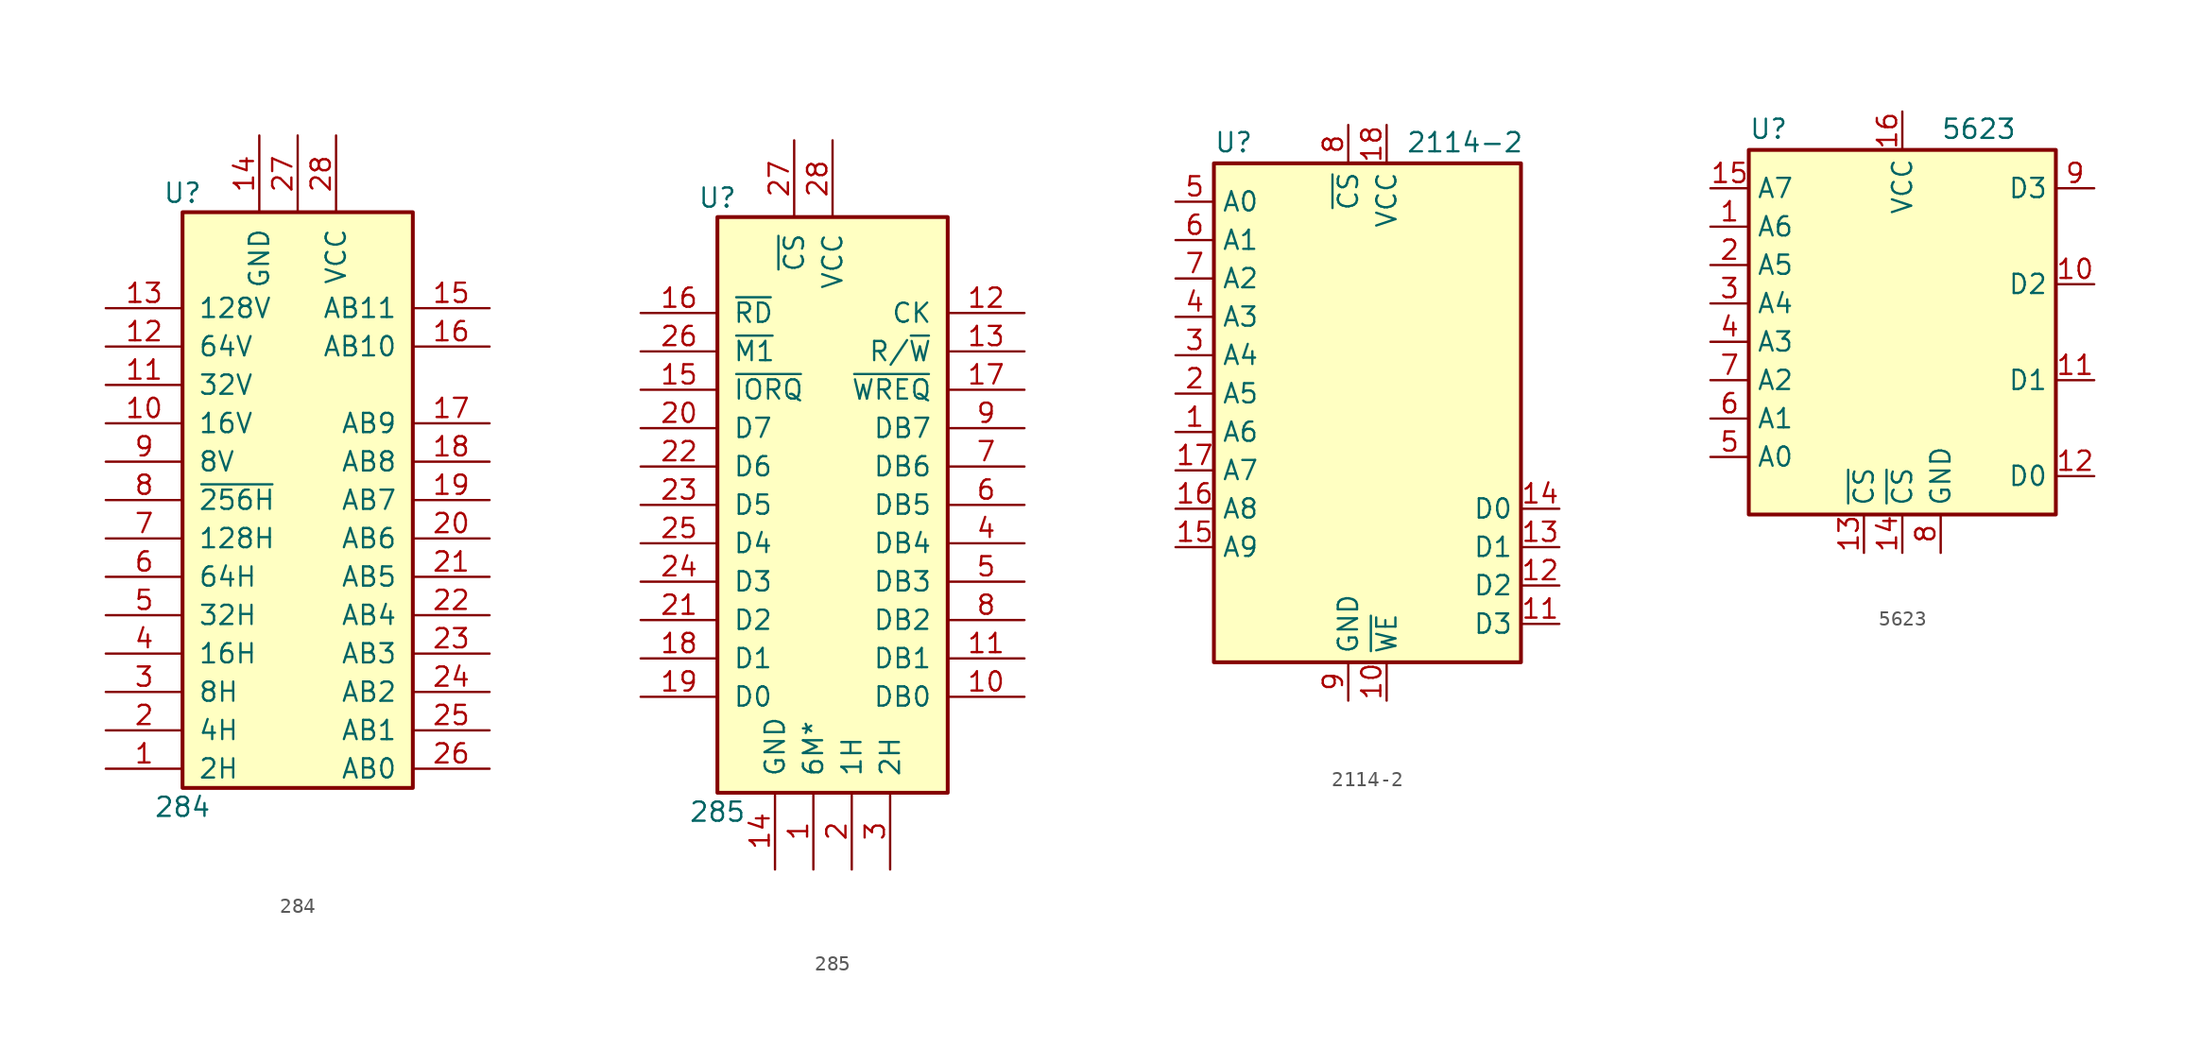
<source format=kicad_sym>
(kicad_symbol_lib
  (version 20231120)
  (generator "kicad_symbol_editor")
  (generator_version "8.0")
  (symbol "284"
    (pin_names
      (offset 1.016))
    (property "Reference" "U"
      (at -7.62 20.32 0)
      (effects (font (size 1.27 1.27))))
    (property "Value" "284"
      (at -7.62 -20.32 0)
      (effects (font (size 1.27 1.27))))
    (symbol "284_1_0"
      (pin bidirectional line (at -12.7 -17.78 0) (length 5.08) (name "2H" (effects (font (size 1.27 1.27)))) (number "1" (effects (font (size 1.27 1.27)))))
      (pin bidirectional line (at -12.7 5.08 0) (length 5.08) (name "16V" (effects (font (size 1.27 1.27)))) (number "10" (effects (font (size 1.27 1.27)))))
      (pin bidirectional line (at -12.7 7.62 0) (length 5.08) (name "32V" (effects (font (size 1.27 1.27)))) (number "11" (effects (font (size 1.27 1.27)))))
      (pin bidirectional line (at -12.7 10.16 0) (length 5.08) (name "64V" (effects (font (size 1.27 1.27)))) (number "12" (effects (font (size 1.27 1.27)))))
      (pin bidirectional line (at -12.7 12.7 0) (length 5.08) (name "128V" (effects (font (size 1.27 1.27)))) (number "13" (effects (font (size 1.27 1.27)))))
      (pin power_in line (at -2.54 24.13 270) (length 5.08) (name "GND" (effects (font (size 1.27 1.27)))) (number "14" (effects (font (size 1.27 1.27)))))
      (pin bidirectional line (at 12.7 12.7 180) (length 5.08) (name "AB11" (effects (font (size 1.27 1.27)))) (number "15" (effects (font (size 1.27 1.27)))))
      (pin bidirectional line (at 12.7 10.16 180) (length 5.08) (name "AB10" (effects (font (size 1.27 1.27)))) (number "16" (effects (font (size 1.27 1.27)))))
      (pin bidirectional line (at 12.7 5.08 180) (length 5.08) (name "AB9" (effects (font (size 1.27 1.27)))) (number "17" (effects (font (size 1.27 1.27)))))
      (pin bidirectional line (at 12.7 2.54 180) (length 5.08) (name "AB8" (effects (font (size 1.27 1.27)))) (number "18" (effects (font (size 1.27 1.27)))))
      (pin bidirectional line (at 12.7 0 180) (length 5.08) (name "AB7" (effects (font (size 1.27 1.27)))) (number "19" (effects (font (size 1.27 1.27)))))
      (pin bidirectional line (at -12.7 -15.24 0) (length 5.08) (name "4H" (effects (font (size 1.27 1.27)))) (number "2" (effects (font (size 1.27 1.27)))))
      (pin bidirectional line (at 12.7 -2.54 180) (length 5.08) (name "AB6" (effects (font (size 1.27 1.27)))) (number "20" (effects (font (size 1.27 1.27)))))
      (pin bidirectional line (at 12.7 -5.08 180) (length 5.08) (name "AB5" (effects (font (size 1.27 1.27)))) (number "21" (effects (font (size 1.27 1.27)))))
      (pin bidirectional line (at 12.7 -7.62 180) (length 5.08) (name "AB4" (effects (font (size 1.27 1.27)))) (number "22" (effects (font (size 1.27 1.27)))))
      (pin bidirectional line (at 12.7 -10.16 180) (length 5.08) (name "AB3" (effects (font (size 1.27 1.27)))) (number "23" (effects (font (size 1.27 1.27)))))
      (pin bidirectional line (at 12.7 -12.7 180) (length 5.08) (name "AB2" (effects (font (size 1.27 1.27)))) (number "24" (effects (font (size 1.27 1.27)))))
      (pin bidirectional line (at 12.7 -15.24 180) (length 5.08) (name "AB1" (effects (font (size 1.27 1.27)))) (number "25" (effects (font (size 1.27 1.27)))))
      (pin bidirectional line (at 12.7 -17.78 180) (length 5.08) (name "AB0" (effects (font (size 1.27 1.27)))) (number "26" (effects (font (size 1.27 1.27)))))
      (pin bidirectional line (at 0 24.13 270) (length 5.08) (name "" (effects (font (size 1.27 1.27)))) (number "27" (effects (font (size 1.27 1.27)))))
      (pin power_in line (at 2.54 24.13 270) (length 5.08) (name "VCC" (effects (font (size 1.27 1.27)))) (number "28" (effects (font (size 1.27 1.27)))))
      (pin bidirectional line (at -12.7 -12.7 0) (length 5.08) (name "8H" (effects (font (size 1.27 1.27)))) (number "3" (effects (font (size 1.27 1.27)))))
      (pin bidirectional line (at -12.7 -10.16 0) (length 5.08) (name "16H" (effects (font (size 1.27 1.27)))) (number "4" (effects (font (size 1.27 1.27)))))
      (pin bidirectional line (at -12.7 -7.62 0) (length 5.08) (name "32H" (effects (font (size 1.27 1.27)))) (number "5" (effects (font (size 1.27 1.27)))))
      (pin bidirectional line (at -12.7 -5.08 0) (length 5.08) (name "64H" (effects (font (size 1.27 1.27)))) (number "6" (effects (font (size 1.27 1.27)))))
      (pin bidirectional line (at -12.7 -2.54 0) (length 5.08) (name "128H" (effects (font (size 1.27 1.27)))) (number "7" (effects (font (size 1.27 1.27)))))
      (pin bidirectional line (at -12.7 0 0) (length 5.08) (name "~{256H}" (effects (font (size 1.27 1.27)))) (number "8" (effects (font (size 1.27 1.27)))))
      (pin bidirectional line (at -12.7 2.54 0) (length 5.08) (name "8V" (effects (font (size 1.27 1.27)))) (number "9" (effects (font (size 1.27 1.27))))))
    (symbol "284_1_1"
      (rectangle (start -7.62 19.05) (end 7.62 -19.05) (stroke (width 0.254) (type default)) (fill (type background)))))
  (symbol "285"
    (pin_names
      (offset 1.016))
    (property "Reference" "U"
      (at -7.62 20.32 0)
      (effects (font (size 1.27 1.27))))
    (property "Value" "285"
      (at -7.62 -20.32 0)
      (effects (font (size 1.27 1.27))))
    (symbol "285_1_0"
      (pin bidirectional line (at -1.27 -24.13 90) (length 5.08) (name "6M*" (effects (font (size 1.27 1.27)))) (number "1" (effects (font (size 1.27 1.27)))))
      (pin output line (at 12.7 -12.7 180) (length 5.08) (name "DB0" (effects (font (size 1.27 1.27)))) (number "10" (effects (font (size 1.27 1.27)))))
      (pin output line (at 12.7 -10.16 180) (length 5.08) (name "DB1" (effects (font (size 1.27 1.27)))) (number "11" (effects (font (size 1.27 1.27)))))
      (pin output line (at 12.7 12.7 180) (length 5.08) (name "CK" (effects (font (size 1.27 1.27)))) (number "12" (effects (font (size 1.27 1.27)))))
      (pin bidirectional line (at 12.7 10.16 180) (length 5.08) (name "R/~{W}" (effects (font (size 1.27 1.27)))) (number "13" (effects (font (size 1.27 1.27)))))
      (pin power_in line (at -3.81 -24.13 90) (length 5.08) (name "GND" (effects (font (size 1.27 1.27)))) (number "14" (effects (font (size 1.27 1.27)))))
      (pin input line (at -12.7 7.62 0) (length 5.08) (name "~{IORQ}" (effects (font (size 1.27 1.27)))) (number "15" (effects (font (size 1.27 1.27)))))
      (pin input line (at -12.7 12.7 0) (length 5.08) (name "~{RD}" (effects (font (size 1.27 1.27)))) (number "16" (effects (font (size 1.27 1.27)))))
      (pin bidirectional line (at 12.7 7.62 180) (length 5.08) (name "~{WREQ}" (effects (font (size 1.27 1.27)))) (number "17" (effects (font (size 1.27 1.27)))))
      (pin input line (at -12.7 -10.16 0) (length 5.08) (name "D1" (effects (font (size 1.27 1.27)))) (number "18" (effects (font (size 1.27 1.27)))))
      (pin input line (at -12.7 -12.7 0) (length 5.08) (name "D0" (effects (font (size 1.27 1.27)))) (number "19" (effects (font (size 1.27 1.27)))))
      (pin bidirectional line (at 1.27 -24.13 90) (length 5.08) (name "1H" (effects (font (size 1.27 1.27)))) (number "2" (effects (font (size 1.27 1.27)))))
      (pin input line (at -12.7 5.08 0) (length 5.08) (name "D7" (effects (font (size 1.27 1.27)))) (number "20" (effects (font (size 1.27 1.27)))))
      (pin input line (at -12.7 -7.62 0) (length 5.08) (name "D2" (effects (font (size 1.27 1.27)))) (number "21" (effects (font (size 1.27 1.27)))))
      (pin input line (at -12.7 2.54 0) (length 5.08) (name "D6" (effects (font (size 1.27 1.27)))) (number "22" (effects (font (size 1.27 1.27)))))
      (pin input line (at -12.7 0 0) (length 5.08) (name "D5" (effects (font (size 1.27 1.27)))) (number "23" (effects (font (size 1.27 1.27)))))
      (pin input line (at -12.7 -5.08 0) (length 5.08) (name "D3" (effects (font (size 1.27 1.27)))) (number "24" (effects (font (size 1.27 1.27)))))
      (pin input line (at -12.7 -2.54 0) (length 5.08) (name "D4" (effects (font (size 1.27 1.27)))) (number "25" (effects (font (size 1.27 1.27)))))
      (pin input line (at -12.7 10.16 0) (length 5.08) (name "~{M1}" (effects (font (size 1.27 1.27)))) (number "26" (effects (font (size 1.27 1.27)))))
      (pin bidirectional line (at -2.54 24.13 270) (length 5.08) (name "~{CS}" (effects (font (size 1.27 1.27)))) (number "27" (effects (font (size 1.27 1.27)))))
      (pin power_in line (at 0 24.13 270) (length 5.08) (name "VCC" (effects (font (size 1.27 1.27)))) (number "28" (effects (font (size 1.27 1.27)))))
      (pin bidirectional line (at 3.81 -24.13 90) (length 5.08) (name "2H" (effects (font (size 1.27 1.27)))) (number "3" (effects (font (size 1.27 1.27)))))
      (pin output line (at 12.7 -2.54 180) (length 5.08) (name "DB4" (effects (font (size 1.27 1.27)))) (number "4" (effects (font (size 1.27 1.27)))))
      (pin output line (at 12.7 -5.08 180) (length 5.08) (name "DB3" (effects (font (size 1.27 1.27)))) (number "5" (effects (font (size 1.27 1.27)))))
      (pin output line (at 12.7 0 180) (length 5.08) (name "DB5" (effects (font (size 1.27 1.27)))) (number "6" (effects (font (size 1.27 1.27)))))
      (pin output line (at 12.7 2.54 180) (length 5.08) (name "DB6" (effects (font (size 1.27 1.27)))) (number "7" (effects (font (size 1.27 1.27)))))
      (pin output line (at 12.7 -7.62 180) (length 5.08) (name "DB2" (effects (font (size 1.27 1.27)))) (number "8" (effects (font (size 1.27 1.27)))))
      (pin output line (at 12.7 5.08 180) (length 5.08) (name "DB7" (effects (font (size 1.27 1.27)))) (number "9" (effects (font (size 1.27 1.27))))))
    (symbol "285_1_1"
      (rectangle (start -7.62 19.05) (end 7.62 -19.05) (stroke (width 0.254) (type default)) (fill (type background)))))
  (symbol "2114-2"
    (property "Reference" "U"
      (at -10.16 17.145 0)
      (effects (font (size 1.27 1.27)) (justify left bottom)))
    (property "Value" "2114-2"
      (at 2.54 17.145 0)
      (effects (font (size 1.27 1.27)) (justify left bottom)))
    (symbol "2114-2_0_1"
      (rectangle (start -10.16 16.51) (end 10.16 -16.51) (stroke (width 0.254) (type default)) (fill (type background))))
    (symbol "2114-2_1_0"
      (pin power_in line (at 1.27 19.05 270) (length 2.54) (name "VCC" (effects (font (size 1.27 1.27)))) (number "18" (effects (font (size 1.27 1.27)))))
      (pin power_in line (at -1.27 -19.05 90) (length 2.54) (name "GND" (effects (font (size 1.27 1.27)))) (number "9" (effects (font (size 1.27 1.27))))))
    (symbol "2114-2_1_1"
      (pin input line (at -12.7 -1.27 0) (length 2.54) (name "A6" (effects (font (size 1.27 1.27)))) (number "1" (effects (font (size 1.27 1.27)))))
      (pin input line (at 1.27 -19.05 90) (length 2.54) (name "~{WE}" (effects (font (size 1.27 1.27)))) (number "10" (effects (font (size 1.27 1.27)))))
      (pin tri_state line (at 12.7 -13.97 180) (length 2.54) (name "D3" (effects (font (size 1.27 1.27)))) (number "11" (effects (font (size 1.27 1.27)))))
      (pin tri_state line (at 12.7 -11.43 180) (length 2.54) (name "D2" (effects (font (size 1.27 1.27)))) (number "12" (effects (font (size 1.27 1.27)))))
      (pin tri_state line (at 12.7 -8.89 180) (length 2.54) (name "D1" (effects (font (size 1.27 1.27)))) (number "13" (effects (font (size 1.27 1.27)))))
      (pin tri_state line (at 12.7 -6.35 180) (length 2.54) (name "D0" (effects (font (size 1.27 1.27)))) (number "14" (effects (font (size 1.27 1.27)))))
      (pin input line (at -12.7 -8.89 0) (length 2.54) (name "A9" (effects (font (size 1.27 1.27)))) (number "15" (effects (font (size 1.27 1.27)))))
      (pin input line (at -12.7 -6.35 0) (length 2.54) (name "A8" (effects (font (size 1.27 1.27)))) (number "16" (effects (font (size 1.27 1.27)))))
      (pin input line (at -12.7 -3.81 0) (length 2.54) (name "A7" (effects (font (size 1.27 1.27)))) (number "17" (effects (font (size 1.27 1.27)))))
      (pin input line (at -12.7 1.27 0) (length 2.54) (name "A5" (effects (font (size 1.27 1.27)))) (number "2" (effects (font (size 1.27 1.27)))))
      (pin input line (at -12.7 3.81 0) (length 2.54) (name "A4" (effects (font (size 1.27 1.27)))) (number "3" (effects (font (size 1.27 1.27)))))
      (pin input line (at -12.7 6.35 0) (length 2.54) (name "A3" (effects (font (size 1.27 1.27)))) (number "4" (effects (font (size 1.27 1.27)))))
      (pin input line (at -12.7 13.97 0) (length 2.54) (name "A0" (effects (font (size 1.27 1.27)))) (number "5" (effects (font (size 1.27 1.27)))))
      (pin input line (at -12.7 11.43 0) (length 2.54) (name "A1" (effects (font (size 1.27 1.27)))) (number "6" (effects (font (size 1.27 1.27)))))
      (pin input line (at -12.7 8.89 0) (length 2.54) (name "A2" (effects (font (size 1.27 1.27)))) (number "7" (effects (font (size 1.27 1.27)))))
      (pin input line (at -1.27 19.05 270) (length 2.54) (name "~{CS}" (effects (font (size 1.27 1.27)))) (number "8" (effects (font (size 1.27 1.27)))))))
  (symbol "5623"
    (property "Reference" "U"
      (at -10.16 12.065 0)
      (effects (font (size 1.27 1.27)) (justify left bottom)))
    (property "Value" "5623"
      (at 2.54 12.065 0)
      (effects (font (size 1.27 1.27)) (justify left bottom)))
    (symbol "5623_0_1"
      (rectangle (start -10.16 11.43) (end 10.16 -12.7) (stroke (width 0.254) (type default)) (fill (type background))))
    (symbol "5623_1_0"
      (pin power_in line (at 0 13.97 270) (length 2.54) (name "VCC" (effects (font (size 1.27 1.27)))) (number "16" (effects (font (size 1.27 1.27)))))
      (pin power_in line (at 2.54 -15.24 90) (length 2.54) (name "GND" (effects (font (size 1.27 1.27)))) (number "8" (effects (font (size 1.27 1.27))))))
    (symbol "5623_1_1"
      (pin input line (at -12.7 6.35 0) (length 2.54) (name "A6" (effects (font (size 1.27 1.27)))) (number "1" (effects (font (size 1.27 1.27)))))
      (pin tri_state line (at 12.7 2.54 180) (length 2.54) (name "D2" (effects (font (size 1.27 1.27)))) (number "10" (effects (font (size 1.27 1.27)))))
      (pin tri_state line (at 12.7 -3.81 180) (length 2.54) (name "D1" (effects (font (size 1.27 1.27)))) (number "11" (effects (font (size 1.27 1.27)))))
      (pin tri_state line (at 12.7 -10.16 180) (length 2.54) (name "D0" (effects (font (size 1.27 1.27)))) (number "12" (effects (font (size 1.27 1.27)))))
      (pin input line (at -2.54 -15.24 90) (length 2.54) (name "~{CS}" (effects (font (size 1.27 1.27)))) (number "13" (effects (font (size 1.27 1.27)))))
      (pin input line (at 0 -15.24 90) (length 2.54) (name "~{CS}" (effects (font (size 1.27 1.27)))) (number "14" (effects (font (size 1.27 1.27)))))
      (pin input line (at -12.7 8.89 0) (length 2.54) (name "A7" (effects (font (size 1.27 1.27)))) (number "15" (effects (font (size 1.27 1.27)))))
      (pin input line (at -12.7 3.81 0) (length 2.54) (name "A5" (effects (font (size 1.27 1.27)))) (number "2" (effects (font (size 1.27 1.27)))))
      (pin input line (at -12.7 1.27 0) (length 2.54) (name "A4" (effects (font (size 1.27 1.27)))) (number "3" (effects (font (size 1.27 1.27)))))
      (pin input line (at -12.7 -1.27 0) (length 2.54) (name "A3" (effects (font (size 1.27 1.27)))) (number "4" (effects (font (size 1.27 1.27)))))
      (pin input line (at -12.7 -8.89 0) (length 2.54) (name "A0" (effects (font (size 1.27 1.27)))) (number "5" (effects (font (size 1.27 1.27)))))
      (pin input line (at -12.7 -6.35 0) (length 2.54) (name "A1" (effects (font (size 1.27 1.27)))) (number "6" (effects (font (size 1.27 1.27)))))
      (pin input line (at -12.7 -3.81 0) (length 2.54) (name "A2" (effects (font (size 1.27 1.27)))) (number "7" (effects (font (size 1.27 1.27)))))
      (pin tri_state line (at 12.7 8.89 180) (length 2.54) (name "D3" (effects (font (size 1.27 1.27)))) (number "9" (effects (font (size 1.27 1.27))))))))
</source>
